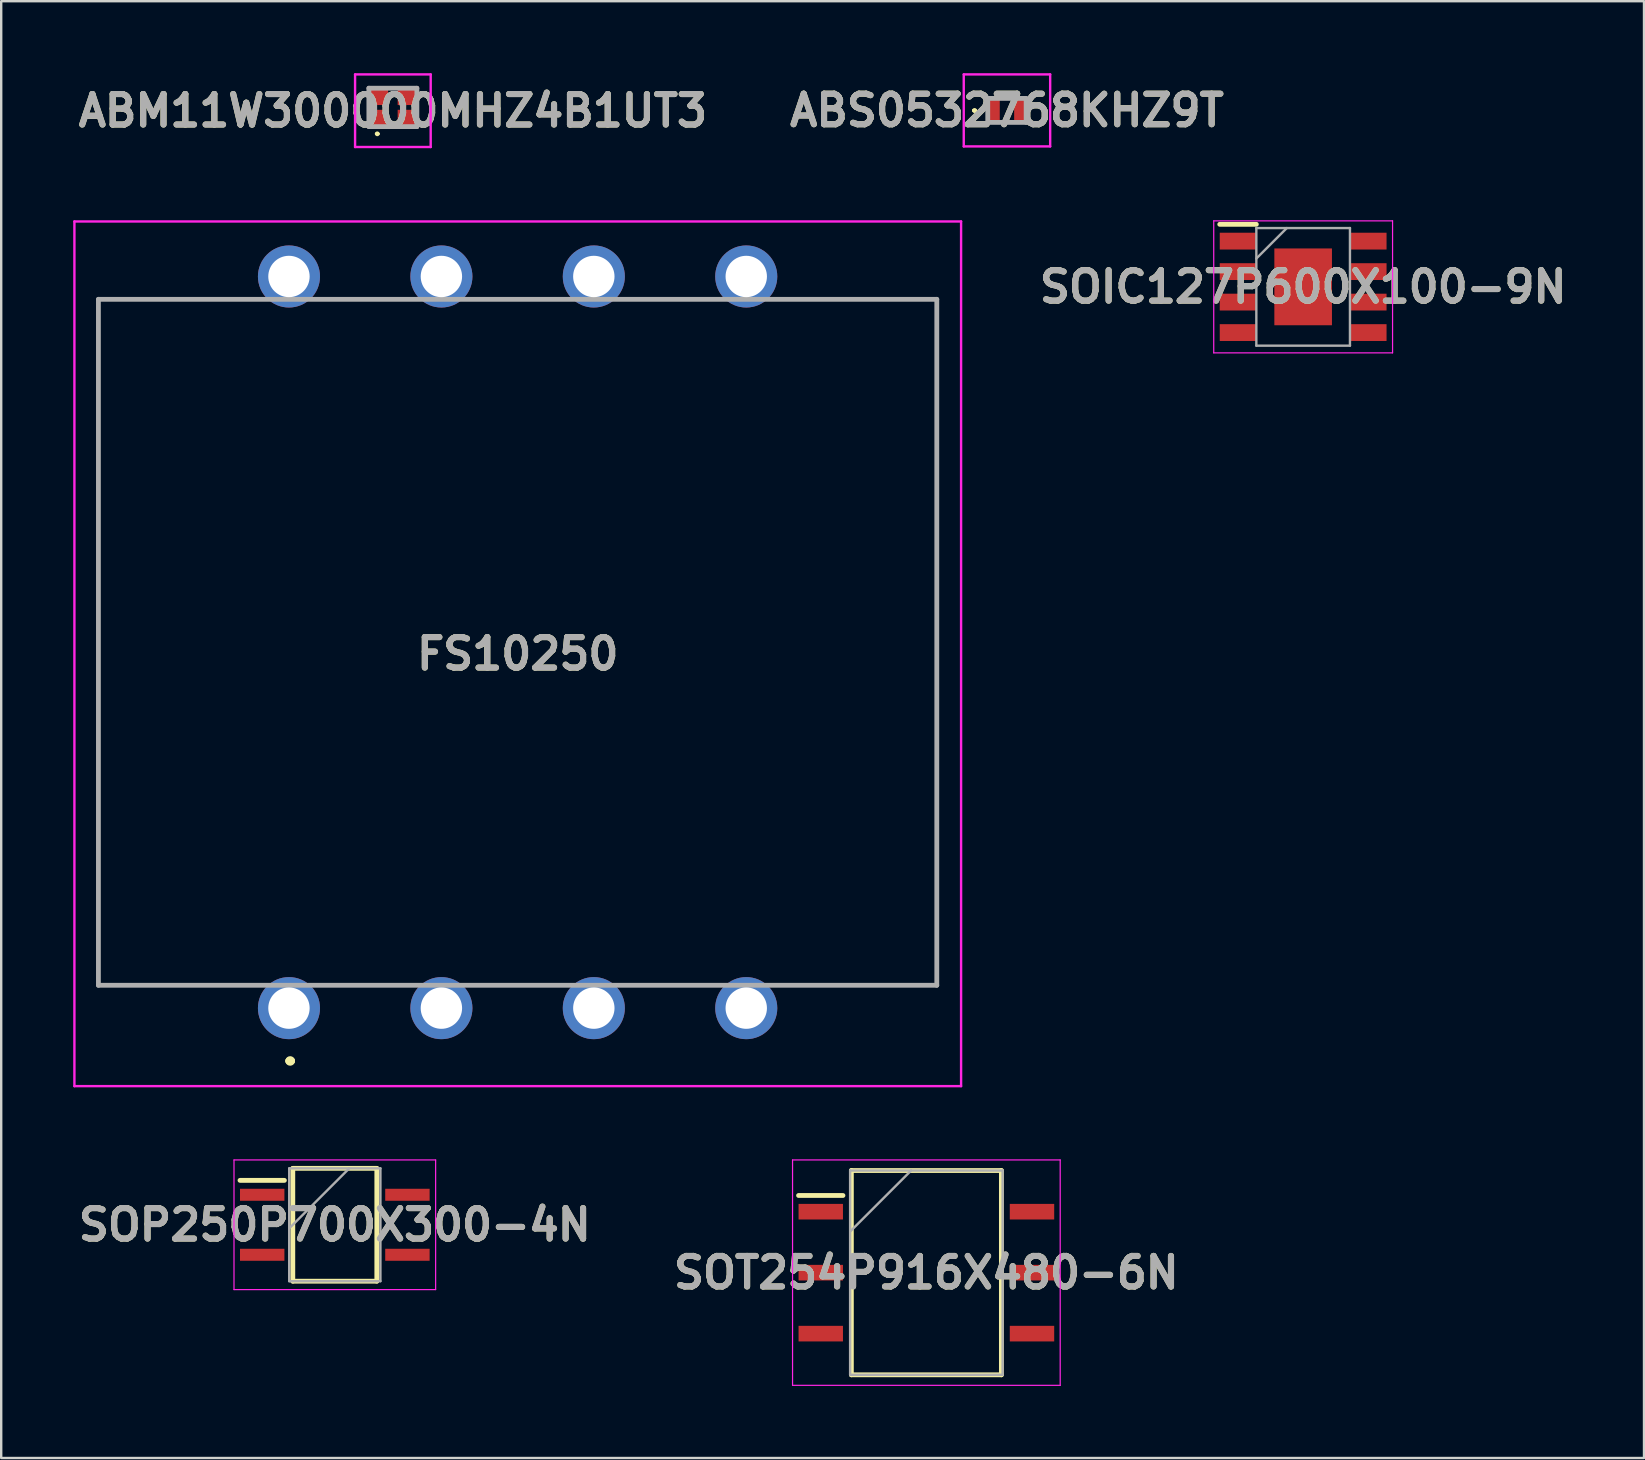
<source format=kicad_pcb>
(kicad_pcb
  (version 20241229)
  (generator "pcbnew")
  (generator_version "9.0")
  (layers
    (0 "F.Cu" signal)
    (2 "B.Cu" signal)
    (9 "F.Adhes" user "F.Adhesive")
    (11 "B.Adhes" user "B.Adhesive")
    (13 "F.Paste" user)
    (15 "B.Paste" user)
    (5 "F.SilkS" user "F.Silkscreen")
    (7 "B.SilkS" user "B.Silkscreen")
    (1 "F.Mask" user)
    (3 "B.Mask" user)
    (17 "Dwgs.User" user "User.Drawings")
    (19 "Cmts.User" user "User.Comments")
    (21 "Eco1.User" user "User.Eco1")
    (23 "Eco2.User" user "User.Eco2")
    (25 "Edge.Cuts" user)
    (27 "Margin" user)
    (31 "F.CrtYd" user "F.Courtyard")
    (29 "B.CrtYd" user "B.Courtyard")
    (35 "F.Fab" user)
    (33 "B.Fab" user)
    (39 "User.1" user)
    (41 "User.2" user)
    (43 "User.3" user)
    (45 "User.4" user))
  (footprint "SOT254P916X480-6N"
    (layer "F.Cu")
    (at 35.542 49.968)
    (property "Reference" "SOT254P916X480-6N" (at 0 0 0) (layer "F.SilkS") (effects (font (size 1.27 1.27) (thickness 0.254))))
    (attr smd)
    (fp_line (start -5.325 -3.215) (end -3.475 -3.215) (stroke (width 0.2) (type solid)) (layer "F.SilkS"))
    (fp_line (start -3.125 -4.255) (end 3.125 -4.255) (stroke (width 0.2) (type solid)) (layer "F.SilkS"))
    (fp_line (start -3.125 4.255) (end -3.125 -4.255) (stroke (width 0.2) (type solid)) (layer "F.SilkS"))
    (fp_line (start 3.125 -4.255) (end 3.125 4.255) (stroke (width 0.2) (type solid)) (layer "F.SilkS"))
    (fp_line (start 3.125 4.255) (end -3.125 4.255) (stroke (width 0.2) (type solid)) (layer "F.SilkS"))
    (fp_line (start -5.575 -4.695) (end 5.575 -4.695) (stroke (width 0.05) (type solid)) (layer "F.CrtYd"))
    (fp_line (start -5.575 4.695) (end -5.575 -4.695) (stroke (width 0.05) (type solid)) (layer "F.CrtYd"))
    (fp_line (start 5.575 -4.695) (end 5.575 4.695) (stroke (width 0.05) (type solid)) (layer "F.CrtYd"))
    (fp_line (start 5.575 4.695) (end -5.575 4.695) (stroke (width 0.05) (type solid)) (layer "F.CrtYd"))
    (fp_line (start -3.175 -4.255) (end 3.175 -4.255) (stroke (width 0.1) (type solid)) (layer "F.Fab"))
    (fp_line (start -3.175 -1.715) (end -0.635 -4.255) (stroke (width 0.1) (type solid)) (layer "F.Fab"))
    (fp_line (start -3.175 4.255) (end -3.175 -4.255) (stroke (width 0.1) (type solid)) (layer "F.Fab"))
    (fp_line (start 3.175 -4.255) (end 3.175 4.255) (stroke (width 0.1) (type solid)) (layer "F.Fab"))
    (fp_line (start 3.175 4.255) (end -3.175 4.255) (stroke (width 0.1) (type solid)) (layer "F.Fab"))
    (fp_text user "${REFERENCE}" (at 0 0 0) (layer "F.Fab") (effects (font (size 1.27 1.27) (thickness 0.254))))
    (pad "1" smd rect (at -4.4 -2.54 90) (size 0.65 1.85) (layers "F.Cu" "F.Mask" "F.Paste"))
    (pad "2" smd rect (at -4.4 0 90) (size 0.65 1.85) (layers "F.Cu" "F.Mask" "F.Paste"))
    (pad "3" smd rect (at -4.4 2.54 90) (size 0.65 1.85) (layers "F.Cu" "F.Mask" "F.Paste"))
    (pad "4" smd rect (at 4.4 2.54 90) (size 0.65 1.85) (layers "F.Cu" "F.Mask" "F.Paste"))
    (pad "5" smd rect (at 4.4 0 90) (size 0.65 1.85) (layers "F.Cu" "F.Mask" "F.Paste"))
    (pad "6" smd rect (at 4.4 -2.54 90) (size 0.65 1.85) (layers "F.Cu" "F.Mask" "F.Paste")))
  (footprint "SOP250P700X300-4N"
    (layer "F.Cu")
    (at 10.898 47.973)
    (property "Reference" "SOP250P700X300-4N" (at 0 0 0) (layer "F.SilkS") (effects (font (size 1.27 1.27) (thickness 0.254))))
    (attr smd)
    (fp_line (start -3.95 -1.85) (end -2.1 -1.85) (stroke (width 0.2) (type solid)) (layer "F.SilkS"))
    (fp_line (start -1.75 -2.35) (end 1.75 -2.35) (stroke (width 0.2) (type solid)) (layer "F.SilkS"))
    (fp_line (start -1.75 2.35) (end -1.75 -2.35) (stroke (width 0.2) (type solid)) (layer "F.SilkS"))
    (fp_line (start 1.75 -2.35) (end 1.75 2.35) (stroke (width 0.2) (type solid)) (layer "F.SilkS"))
    (fp_line (start 1.75 2.35) (end -1.75 2.35) (stroke (width 0.2) (type solid)) (layer "F.SilkS"))
    (fp_line (start -4.2 -2.7) (end 4.2 -2.7) (stroke (width 0.05) (type solid)) (layer "F.CrtYd"))
    (fp_line (start -4.2 2.7) (end -4.2 -2.7) (stroke (width 0.05) (type solid)) (layer "F.CrtYd"))
    (fp_line (start 4.2 -2.7) (end 4.2 2.7) (stroke (width 0.05) (type solid)) (layer "F.CrtYd"))
    (fp_line (start 4.2 2.7) (end -4.2 2.7) (stroke (width 0.05) (type solid)) (layer "F.CrtYd"))
    (fp_line (start -1.9 -2.35) (end 1.9 -2.35) (stroke (width 0.1) (type solid)) (layer "F.Fab"))
    (fp_line (start -1.9 0.15) (end 0.6 -2.35) (stroke (width 0.1) (type solid)) (layer "F.Fab"))
    (fp_line (start -1.9 2.35) (end -1.9 -2.35) (stroke (width 0.1) (type solid)) (layer "F.Fab"))
    (fp_line (start 1.9 -2.35) (end 1.9 2.35) (stroke (width 0.1) (type solid)) (layer "F.Fab"))
    (fp_line (start 1.9 2.35) (end -1.9 2.35) (stroke (width 0.1) (type solid)) (layer "F.Fab"))
    (fp_text user "${REFERENCE}" (at 0 0 0) (layer "F.Fab") (effects (font (size 1.27 1.27) (thickness 0.254))))
    (pad "1" smd rect (at -3.025 -1.25 90) (size 0.5 1.85) (layers "F.Cu" "F.Mask" "F.Paste"))
    (pad "2" smd rect (at -3.025 1.25 90) (size 0.5 1.85) (layers "F.Cu" "F.Mask" "F.Paste"))
    (pad "3" smd rect (at 3.025 1.25 90) (size 0.5 1.85) (layers "F.Cu" "F.Mask" "F.Paste"))
    (pad "4" smd rect (at 3.025 -1.25 90) (size 0.5 1.85) (layers "F.Cu" "F.Mask" "F.Paste")))
  (footprint "ABS0532768KHZ9T"
    (layer "F.Cu")
    (at 38.899 1.55)
    (property "Reference" "ABS0532768KHZ9T" (at 0 0 0) (layer "F.SilkS") (effects (font (size 1.27 1.27) (thickness 0.254))))
    (attr smd)
    (fp_line (start -1.4 0) (end -1.4 0) (stroke (width 0.1) (type solid)) (layer "F.SilkS"))
    (fp_line (start -1.4 0) (end -1.4 0) (stroke (width 0.1) (type solid)) (layer "F.SilkS"))
    (fp_line (start -1.3 0) (end -1.3 0) (stroke (width 0.1) (type solid)) (layer "F.SilkS"))
    (fp_arc (start -1.4 0) (mid -1.35 -0.05) (end -1.3 0) (stroke (width 0.1) (type solid)) (layer "F.SilkS"))
    (fp_arc (start -1.3 0) (mid -1.35 0.05) (end -1.4 0) (stroke (width 0.1) (type solid)) (layer "F.SilkS"))
    (fp_arc (start -1.3 0) (mid -1.35 0.05) (end -1.4 0) (stroke (width 0.1) (type solid)) (layer "F.SilkS"))
    (fp_line (start -1.8 -1.5) (end 1.8 -1.5) (stroke (width 0.1) (type solid)) (layer "F.CrtYd"))
    (fp_line (start -1.8 1.5) (end -1.8 -1.5) (stroke (width 0.1) (type solid)) (layer "F.CrtYd"))
    (fp_line (start 1.8 -1.5) (end 1.8 1.5) (stroke (width 0.1) (type solid)) (layer "F.CrtYd"))
    (fp_line (start 1.8 1.5) (end -1.8 1.5) (stroke (width 0.1) (type solid)) (layer "F.CrtYd"))
    (fp_line (start -0.8 -0.5) (end -0.8 0.5) (stroke (width 0.2) (type solid)) (layer "F.Fab"))
    (fp_line (start -0.8 0.5) (end 0.8 0.5) (stroke (width 0.2) (type solid)) (layer "F.Fab"))
    (fp_line (start 0.8 -0.5) (end -0.8 -0.5) (stroke (width 0.2) (type solid)) (layer "F.Fab"))
    (fp_line (start 0.8 0.5) (end 0.8 -0.5) (stroke (width 0.2) (type solid)) (layer "F.Fab"))
    (fp_text user "${REFERENCE}" (at 0 0 0) (layer "F.Fab") (effects (font (size 1.27 1.27) (thickness 0.254))))
    (pad "1" smd rect (at -0.55 0) (size 0.5 1) (layers "F.Cu" "F.Mask" "F.Paste"))
    (pad "2" smd rect (at 0.55 0) (size 0.5 1) (layers "F.Cu" "F.Mask" "F.Paste")))
  (footprint "ABM11W300000MHZ4B1UT3"
    (layer "F.Cu")
    (at 13.317 1.425)
    (property "Reference" "ABM11W300000MHZ4B1UT3" (at 0 0.138 0) (layer "F.SilkS") (effects (font (size 1.27 1.27) (thickness 0.254))))
    (attr smd)
    (fp_line (start -0.7 1.1) (end -0.7 1.1) (stroke (width 0.1) (type solid)) (layer "F.SilkS"))
    (fp_line (start -0.6 1.1) (end -0.6 1.1) (stroke (width 0.1) (type solid)) (layer "F.SilkS"))
    (fp_arc (start -0.7 1.1) (mid -0.65 1.05) (end -0.6 1.1) (stroke (width 0.1) (type solid)) (layer "F.SilkS"))
    (fp_arc (start -0.6 1.1) (mid -0.65 1.15) (end -0.7 1.1) (stroke (width 0.1) (type solid)) (layer "F.SilkS"))
    (fp_line (start -1.575 -1.375) (end 1.575 -1.375) (stroke (width 0.1) (type solid)) (layer "F.CrtYd"))
    (fp_line (start -1.575 1.65) (end -1.575 -1.375) (stroke (width 0.1) (type solid)) (layer "F.CrtYd"))
    (fp_line (start 1.575 -1.375) (end 1.575 1.65) (stroke (width 0.1) (type solid)) (layer "F.CrtYd"))
    (fp_line (start 1.575 1.65) (end -1.575 1.65) (stroke (width 0.1) (type solid)) (layer "F.CrtYd"))
    (fp_line (start -1 -0.8) (end 1 -0.8) (stroke (width 0.2) (type solid)) (layer "F.Fab"))
    (fp_line (start -1 0.8) (end -1 -0.8) (stroke (width 0.2) (type solid)) (layer "F.Fab"))
    (fp_line (start 1 -0.8) (end 1 0.8) (stroke (width 0.2) (type solid)) (layer "F.Fab"))
    (fp_line (start 1 0.8) (end -1 0.8) (stroke (width 0.2) (type solid)) (layer "F.Fab"))
    (fp_text user "${REFERENCE}" (at 0 0.138 0) (layer "F.Fab") (effects (font (size 1.27 1.27) (thickness 0.254))))
    (pad "1" smd rect (at -0.638 0.487 90) (size 0.775 0.875) (layers "F.Cu" "F.Mask" "F.Paste"))
    (pad "2" smd rect (at 0.637 0.487 90) (size 0.775 0.875) (layers "F.Cu" "F.Mask" "F.Paste"))
    (pad "3" smd rect (at 0.637 -0.487 90) (size 0.775 0.875) (layers "F.Cu" "F.Mask" "F.Paste"))
    (pad "4" smd rect (at -0.638 -0.487 90) (size 0.775 0.875) (layers "F.Cu" "F.Mask" "F.Paste")))
  (footprint "SOIC127P600X100-9N"
    (layer "F.Cu")
    (at 51.238 8.9)
    (property "Reference" "SOIC127P600X100-9N" (at 0 0 0) (layer "F.SilkS") (effects (font (size 1.27 1.27) (thickness 0.254))))
    (attr smd)
    (fp_line (start -3.475 -2.605) (end -1.95 -2.605) (stroke (width 0.2) (type solid)) (layer "F.SilkS"))
    (fp_line (start -3.725 -2.75) (end 3.725 -2.75) (stroke (width 0.05) (type solid)) (layer "F.CrtYd"))
    (fp_line (start -3.725 2.75) (end -3.725 -2.75) (stroke (width 0.05) (type solid)) (layer "F.CrtYd"))
    (fp_line (start 3.725 -2.75) (end 3.725 2.75) (stroke (width 0.05) (type solid)) (layer "F.CrtYd"))
    (fp_line (start 3.725 2.75) (end -3.725 2.75) (stroke (width 0.05) (type solid)) (layer "F.CrtYd"))
    (fp_line (start -1.95 -2.45) (end 1.95 -2.45) (stroke (width 0.1) (type solid)) (layer "F.Fab"))
    (fp_line (start -1.95 -1.18) (end -0.68 -2.45) (stroke (width 0.1) (type solid)) (layer "F.Fab"))
    (fp_line (start -1.95 2.45) (end -1.95 -2.45) (stroke (width 0.1) (type solid)) (layer "F.Fab"))
    (fp_line (start 1.95 -2.45) (end 1.95 2.45) (stroke (width 0.1) (type solid)) (layer "F.Fab"))
    (fp_line (start 1.95 2.45) (end -1.95 2.45) (stroke (width 0.1) (type solid)) (layer "F.Fab"))
    (fp_text user "${REFERENCE}" (at 0 0 0) (layer "F.Fab") (effects (font (size 1.27 1.27) (thickness 0.254))))
    (pad "1" smd rect (at -2.712 -1.905 90) (size 0.7 1.525) (layers "F.Cu" "F.Mask" "F.Paste"))
    (pad "2" smd rect (at -2.712 -0.635 90) (size 0.7 1.525) (layers "F.Cu" "F.Mask" "F.Paste"))
    (pad "3" smd rect (at -2.712 0.635 90) (size 0.7 1.525) (layers "F.Cu" "F.Mask" "F.Paste"))
    (pad "4" smd rect (at -2.712 1.905 90) (size 0.7 1.525) (layers "F.Cu" "F.Mask" "F.Paste"))
    (pad "5" smd rect (at 2.712 1.905 90) (size 0.7 1.525) (layers "F.Cu" "F.Mask" "F.Paste"))
    (pad "6" smd rect (at 2.712 0.635 90) (size 0.7 1.525) (layers "F.Cu" "F.Mask" "F.Paste"))
    (pad "7" smd rect (at 2.712 -0.635 90) (size 0.7 1.525) (layers "F.Cu" "F.Mask" "F.Paste"))
    (pad "8" smd rect (at 2.712 -1.905 90) (size 0.7 1.525) (layers "F.Cu" "F.Mask" "F.Paste"))
    (pad "9" smd rect (at 0 0) (size 2.4 3.2) (layers "F.Cu" "F.Mask" "F.Paste")))
  (footprint "FS10250"
    (layer "F.Cu")
    (at 8.988 38.948)
    (property "Reference" "FS10250" (at 9.531 -14.762 0) (layer "F.SilkS") (effects (font (size 1.27 1.27) (thickness 0.254))))
    (attr through_hole)
    (fp_line (start -7.938 -29.528) (end -7.938 -0.952) (stroke (width 0.1) (type solid)) (layer "F.SilkS"))
    (fp_line (start -7.938 -0.952) (end -2.2 -0.952) (stroke (width 0.1) (type solid)) (layer "F.SilkS"))
    (fp_line (start -2.2 -29.528) (end -7.938 -29.528) (stroke (width 0.1) (type solid)) (layer "F.SilkS"))
    (fp_line (start 0 2.2) (end 0 2.2) (stroke (width 0.3) (type solid)) (layer "F.SilkS"))
    (fp_line (start 0.1 2.2) (end 0.1 2.2) (stroke (width 0.3) (type solid)) (layer "F.SilkS"))
    (fp_line (start 21.2 -29.528) (end 27 -29.528) (stroke (width 0.1) (type solid)) (layer "F.SilkS"))
    (fp_line (start 27 -29.528) (end 27 -0.952) (stroke (width 0.1) (type solid)) (layer "F.SilkS"))
    (fp_line (start 27 -0.952) (end 21 -0.952) (stroke (width 0.1) (type solid)) (layer "F.SilkS"))
    (fp_arc (start 0 2.2) (mid 0.05 2.15) (end 0.1 2.2) (stroke (width 0.3) (type solid)) (layer "F.SilkS"))
    (fp_arc (start 0.1 2.2) (mid 0.05 2.25) (end 0 2.2) (stroke (width 0.3) (type solid)) (layer "F.SilkS"))
    (fp_line (start -8.938 -32.773) (end 28 -32.773) (stroke (width 0.1) (type solid)) (layer "F.CrtYd"))
    (fp_line (start -8.938 3.25) (end -8.938 -32.773) (stroke (width 0.1) (type solid)) (layer "F.CrtYd"))
    (fp_line (start 28 -32.773) (end 28 3.25) (stroke (width 0.1) (type solid)) (layer "F.CrtYd"))
    (fp_line (start 28 3.25) (end -8.938 3.25) (stroke (width 0.1) (type solid)) (layer "F.CrtYd"))
    (fp_line (start -7.938 -29.528) (end 26.988 -29.528) (stroke (width 0.2) (type solid)) (layer "F.Fab"))
    (fp_line (start -7.938 -0.952) (end -7.938 -29.528) (stroke (width 0.2) (type solid)) (layer "F.Fab"))
    (fp_line (start 26.988 -29.528) (end 26.988 -0.952) (stroke (width 0.2) (type solid)) (layer "F.Fab"))
    (fp_line (start 26.988 -0.952) (end -7.938 -0.952) (stroke (width 0.2) (type solid)) (layer "F.Fab"))
    (fp_text user "${REFERENCE}" (at 9.531 -14.762 0) (layer "F.Fab") (effects (font (size 1.27 1.27) (thickness 0.254))))
    (pad "1" thru_hole circle (at 0 0) (size 2.586 2.586) (drill 1.724) (layers "*.Cu" "*.Mask"))
    (pad "2" thru_hole circle (at 6.35 0) (size 2.586 2.586) (drill 1.724) (layers "*.Cu" "*.Mask"))
    (pad "3" thru_hole circle (at 12.7 0) (size 2.586 2.586) (drill 1.724) (layers "*.Cu" "*.Mask"))
    (pad "4" thru_hole circle (at 19.05 0) (size 2.586 2.586) (drill 1.724) (layers "*.Cu" "*.Mask"))
    (pad "5" thru_hole circle (at 0 -30.48) (size 2.586 2.586) (drill 1.724) (layers "*.Cu" "*.Mask"))
    (pad "6" thru_hole circle (at 6.35 -30.48) (size 2.586 2.586) (drill 1.724) (layers "*.Cu" "*.Mask"))
    (pad "7" thru_hole circle (at 12.7 -30.48) (size 2.586 2.586) (drill 1.724) (layers "*.Cu" "*.Mask"))
    (pad "8" thru_hole circle (at 19.05 -30.48) (size 2.586 2.586) (drill 1.724) (layers "*.Cu" "*.Mask")))
  (gr_rect
    (start -3 -3)
    (end 65.438 57.688)
    (stroke (width 0.1) (type default))
    (fill no)
    (layer "Edge.Cuts")))
</source>
